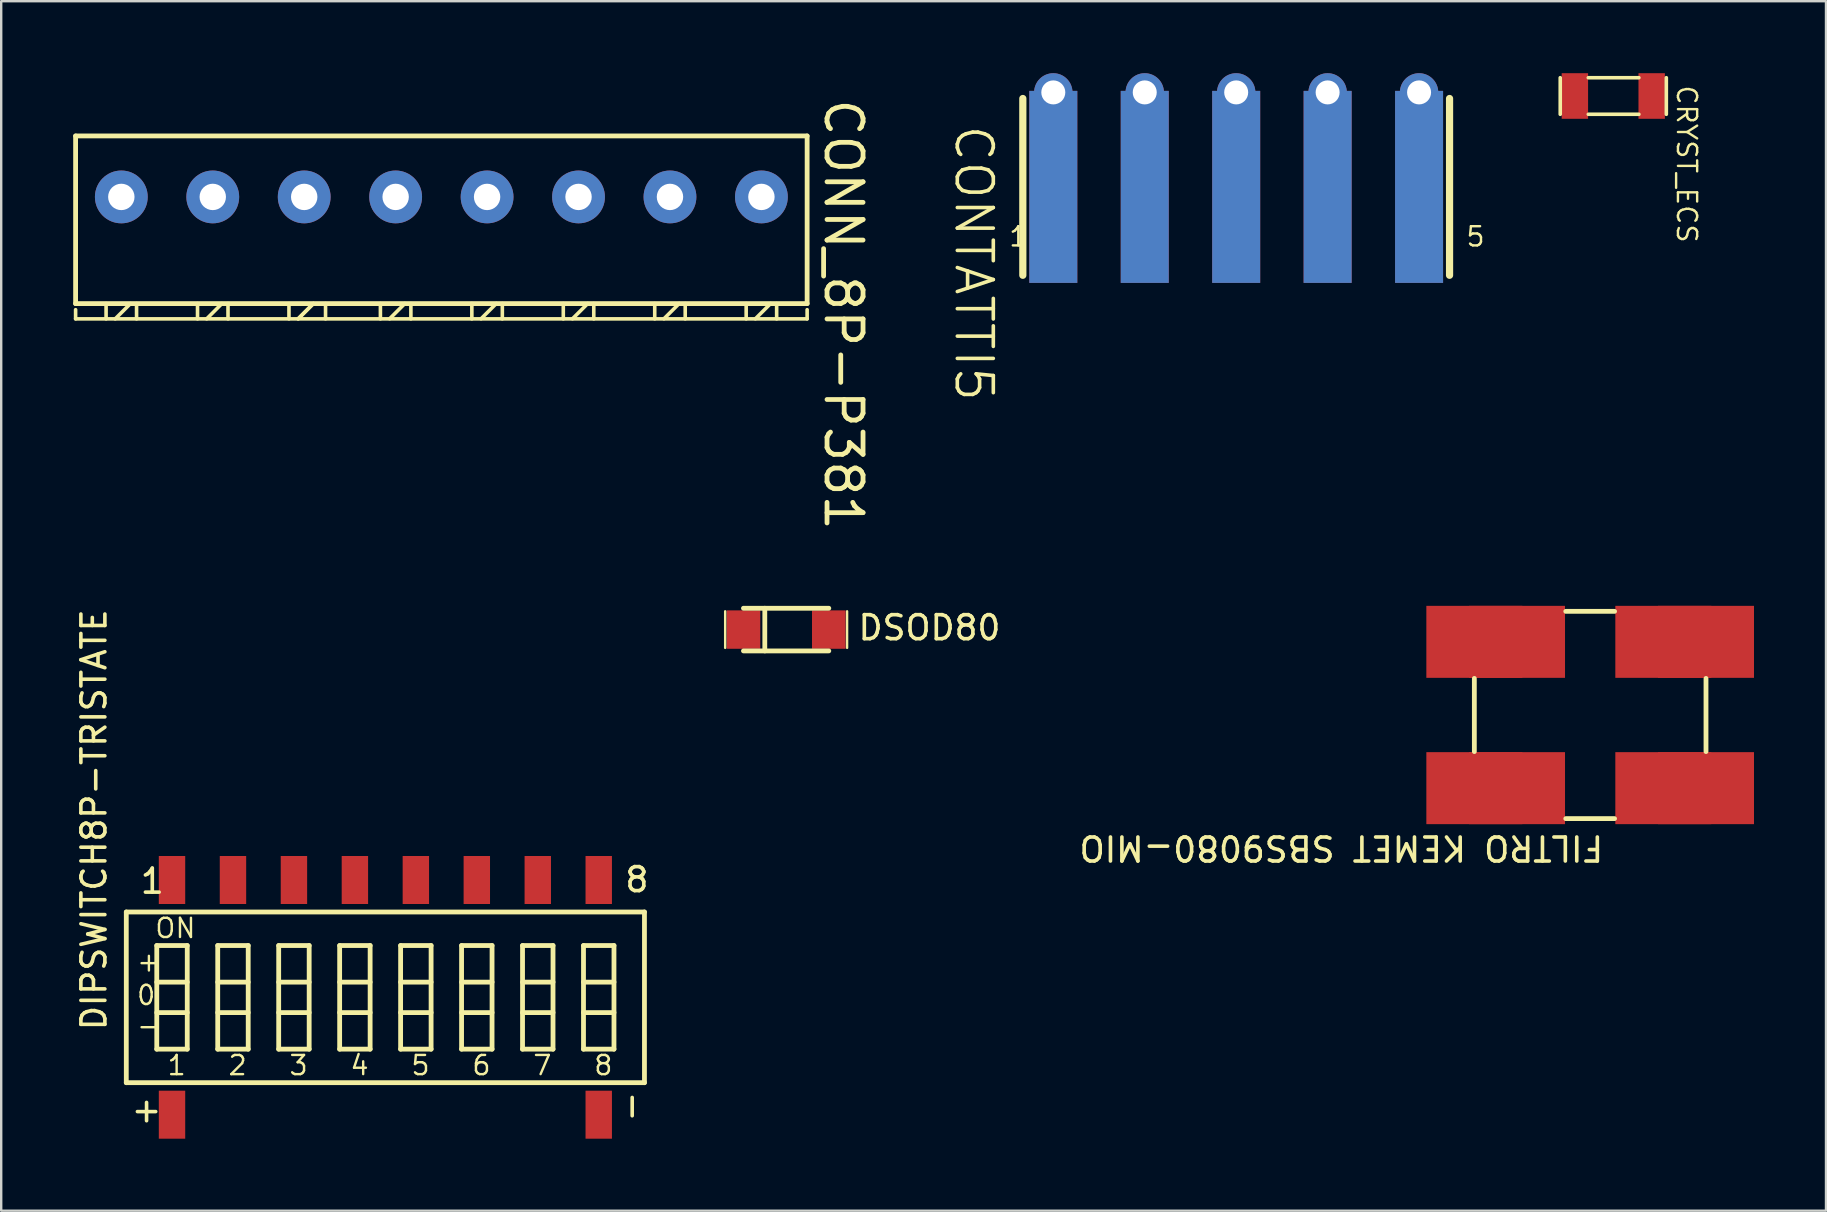
<source format=kicad_pcb>
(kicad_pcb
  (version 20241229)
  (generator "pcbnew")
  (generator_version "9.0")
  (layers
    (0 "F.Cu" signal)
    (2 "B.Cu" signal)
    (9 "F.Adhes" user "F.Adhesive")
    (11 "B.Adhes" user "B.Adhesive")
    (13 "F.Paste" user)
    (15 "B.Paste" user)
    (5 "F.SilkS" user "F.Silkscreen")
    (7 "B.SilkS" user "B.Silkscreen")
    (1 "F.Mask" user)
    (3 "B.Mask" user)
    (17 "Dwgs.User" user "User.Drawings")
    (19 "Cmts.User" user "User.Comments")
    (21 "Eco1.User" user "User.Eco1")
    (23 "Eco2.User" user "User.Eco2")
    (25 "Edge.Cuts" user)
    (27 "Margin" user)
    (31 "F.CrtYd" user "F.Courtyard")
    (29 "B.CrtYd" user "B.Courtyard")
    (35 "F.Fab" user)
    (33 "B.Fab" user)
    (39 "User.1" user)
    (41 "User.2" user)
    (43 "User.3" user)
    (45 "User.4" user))
  (footprint "DIPSWITCH8P-TRISTATE"
    (layer "F.Cu")
    (at 4.117 33.616)
    (property "Reference" "DIPSWITCH8P-TRISTATE" (at -2.667 6.35 90) (unlocked yes) (layer "F.SilkS") (effects (font (size 1 1) (thickness 0.15)) (justify left bottom)))
    (fp_line (start -1.905 8.445) (end -1.905 1.333) (stroke (width 0.2) (type solid)) (layer "F.SilkS"))
    (fp_line (start -0.635 7.048) (end -0.635 2.731) (stroke (width 0.2) (type solid)) (layer "F.SilkS"))
    (fp_line (start 0.635 2.731) (end -0.635 2.731) (stroke (width 0.2) (type solid)) (layer "F.SilkS"))
    (fp_line (start 0.635 4.255) (end -0.635 4.255) (stroke (width 0.2) (type solid)) (layer "F.SilkS"))
    (fp_line (start 0.635 5.524) (end -0.635 5.524) (stroke (width 0.2) (type solid)) (layer "F.SilkS"))
    (fp_line (start 0.635 7.048) (end -0.635 7.048) (stroke (width 0.2) (type solid)) (layer "F.SilkS"))
    (fp_line (start 0.635 7.048) (end 0.635 2.731) (stroke (width 0.2) (type solid)) (layer "F.SilkS"))
    (fp_line (start 1.905 4.255) (end 3.175 4.255) (stroke (width 0.2) (type solid)) (layer "F.SilkS"))
    (fp_line (start 1.905 7.048) (end 1.905 2.731) (stroke (width 0.2) (type solid)) (layer "F.SilkS"))
    (fp_line (start 3.175 2.731) (end 1.905 2.731) (stroke (width 0.2) (type solid)) (layer "F.SilkS"))
    (fp_line (start 3.175 5.524) (end 1.905 5.524) (stroke (width 0.2) (type solid)) (layer "F.SilkS"))
    (fp_line (start 3.175 7.048) (end 1.905 7.048) (stroke (width 0.2) (type solid)) (layer "F.SilkS"))
    (fp_line (start 3.175 7.048) (end 3.175 2.731) (stroke (width 0.2) (type solid)) (layer "F.SilkS"))
    (fp_line (start 4.445 7.048) (end 4.445 2.731) (stroke (width 0.2) (type solid)) (layer "F.SilkS"))
    (fp_line (start 5.715 2.731) (end 4.445 2.731) (stroke (width 0.2) (type solid)) (layer "F.SilkS"))
    (fp_line (start 5.715 4.255) (end 4.445 4.255) (stroke (width 0.2) (type solid)) (layer "F.SilkS"))
    (fp_line (start 5.715 5.524) (end 4.445 5.524) (stroke (width 0.2) (type solid)) (layer "F.SilkS"))
    (fp_line (start 5.715 7.048) (end 4.445 7.048) (stroke (width 0.2) (type solid)) (layer "F.SilkS"))
    (fp_line (start 5.715 7.048) (end 5.715 2.731) (stroke (width 0.2) (type solid)) (layer "F.SilkS"))
    (fp_line (start 6.985 7.048) (end 6.985 2.731) (stroke (width 0.2) (type solid)) (layer "F.SilkS"))
    (fp_line (start 8.255 2.731) (end 6.985 2.731) (stroke (width 0.2) (type solid)) (layer "F.SilkS"))
    (fp_line (start 8.255 4.255) (end 6.985 4.255) (stroke (width 0.2) (type solid)) (layer "F.SilkS"))
    (fp_line (start 8.255 5.524) (end 6.985 5.524) (stroke (width 0.2) (type solid)) (layer "F.SilkS"))
    (fp_line (start 8.255 7.048) (end 6.985 7.048) (stroke (width 0.2) (type solid)) (layer "F.SilkS"))
    (fp_line (start 8.255 7.048) (end 8.255 2.731) (stroke (width 0.2) (type solid)) (layer "F.SilkS"))
    (fp_line (start 9.525 7.048) (end 9.525 2.731) (stroke (width 0.2) (type solid)) (layer "F.SilkS"))
    (fp_line (start 10.795 2.731) (end 9.525 2.731) (stroke (width 0.2) (type solid)) (layer "F.SilkS"))
    (fp_line (start 10.795 4.255) (end 9.525 4.255) (stroke (width 0.2) (type solid)) (layer "F.SilkS"))
    (fp_line (start 10.795 5.524) (end 9.525 5.524) (stroke (width 0.2) (type solid)) (layer "F.SilkS"))
    (fp_line (start 10.795 7.048) (end 9.525 7.048) (stroke (width 0.2) (type solid)) (layer "F.SilkS"))
    (fp_line (start 10.795 7.048) (end 10.795 2.731) (stroke (width 0.2) (type solid)) (layer "F.SilkS"))
    (fp_line (start 12.065 4.255) (end 13.335 4.255) (stroke (width 0.2) (type solid)) (layer "F.SilkS"))
    (fp_line (start 12.065 7.048) (end 12.065 2.731) (stroke (width 0.2) (type solid)) (layer "F.SilkS"))
    (fp_line (start 13.335 2.731) (end 12.065 2.731) (stroke (width 0.2) (type solid)) (layer "F.SilkS"))
    (fp_line (start 13.335 5.524) (end 12.065 5.524) (stroke (width 0.2) (type solid)) (layer "F.SilkS"))
    (fp_line (start 13.335 7.048) (end 12.065 7.048) (stroke (width 0.2) (type solid)) (layer "F.SilkS"))
    (fp_line (start 13.335 7.048) (end 13.335 2.731) (stroke (width 0.2) (type solid)) (layer "F.SilkS"))
    (fp_line (start 14.605 4.255) (end 15.875 4.255) (stroke (width 0.2) (type solid)) (layer "F.SilkS"))
    (fp_line (start 14.605 7.048) (end 14.605 2.731) (stroke (width 0.2) (type solid)) (layer "F.SilkS"))
    (fp_line (start 15.875 2.731) (end 14.605 2.731) (stroke (width 0.2) (type solid)) (layer "F.SilkS"))
    (fp_line (start 15.875 5.524) (end 14.605 5.524) (stroke (width 0.2) (type solid)) (layer "F.SilkS"))
    (fp_line (start 15.875 7.048) (end 14.605 7.048) (stroke (width 0.2) (type solid)) (layer "F.SilkS"))
    (fp_line (start 15.875 7.048) (end 15.875 2.731) (stroke (width 0.2) (type solid)) (layer "F.SilkS"))
    (fp_line (start 17.145 7.048) (end 17.145 2.731) (stroke (width 0.2) (type solid)) (layer "F.SilkS"))
    (fp_line (start 18.415 2.731) (end 17.145 2.731) (stroke (width 0.2) (type solid)) (layer "F.SilkS"))
    (fp_line (start 18.415 4.255) (end 17.145 4.255) (stroke (width 0.2) (type solid)) (layer "F.SilkS"))
    (fp_line (start 18.415 5.524) (end 17.145 5.524) (stroke (width 0.2) (type solid)) (layer "F.SilkS"))
    (fp_line (start 18.415 7.048) (end 17.145 7.048) (stroke (width 0.2) (type solid)) (layer "F.SilkS"))
    (fp_line (start 18.415 7.048) (end 18.415 2.731) (stroke (width 0.2) (type solid)) (layer "F.SilkS"))
    (fp_line (start 19.685 1.333) (end -1.905 1.333) (stroke (width 0.2) (type solid)) (layer "F.SilkS"))
    (fp_line (start 19.685 8.445) (end -1.905 8.445) (stroke (width 0.2) (type solid)) (layer "F.SilkS"))
    (fp_line (start 19.685 8.445) (end 19.685 1.333) (stroke (width 0.2) (type solid)) (layer "F.SilkS"))
    (fp_text user "-" (at 19.685 10.16 90) (unlocked yes) (layer "F.SilkS") (effects (font (size 1 1) (thickness 0.15)) (justify left bottom)))
    (fp_text user "2" (at 2.286 8.191 0) (unlocked yes) (layer "F.SilkS") (effects (font (size 0.8 0.8) (thickness 0.1)) (justify left bottom)))
    (fp_text user "1" (at -1.397 0.635 0) (unlocked yes) (layer "F.SilkS") (effects (font (size 1 1) (thickness 0.15)) (justify left bottom)))
    (fp_text user "ON" (at -0.762 2.477 0) (unlocked yes) (layer "F.SilkS") (effects (font (size 0.8 0.8) (thickness 0.1)) (justify left bottom)))
    (fp_text user "5" (at 9.906 8.191 0) (unlocked yes) (layer "F.SilkS") (effects (font (size 0.8 0.8) (thickness 0.1)) (justify left bottom)))
    (fp_text user "3" (at 4.826 8.191 0) (unlocked yes) (layer "F.SilkS") (effects (font (size 0.8 0.8) (thickness 0.1)) (justify left bottom)))
    (fp_text user "4" (at 7.366 8.191 0) (unlocked yes) (layer "F.SilkS") (effects (font (size 0.8 0.8) (thickness 0.1)) (justify left bottom)))
    (fp_text user "1" (at -0.254 8.191 0) (unlocked yes) (layer "F.SilkS") (effects (font (size 0.8 0.8) (thickness 0.1)) (justify left bottom)))
    (fp_text user "+" (at -1.778 10.16 0) (unlocked yes) (layer "F.SilkS") (effects (font (size 1 1) (thickness 0.15)) (justify left bottom)))
    (fp_text user "0" (at -1.524 5.271 0) (unlocked yes) (layer "F.SilkS") (effects (font (size 0.8 0.8) (thickness 0.1)) (justify left bottom)))
    (fp_text user "8" (at 17.526 8.191 0) (unlocked yes) (layer "F.SilkS") (effects (font (size 0.8 0.8) (thickness 0.1)) (justify left bottom)))
    (fp_text user "-" (at -1.524 6.54 0) (unlocked yes) (layer "F.SilkS") (effects (font (size 0.8 0.8) (thickness 0.1)) (justify left bottom)))
    (fp_text user "6" (at 12.446 8.191 0) (unlocked yes) (layer "F.SilkS") (effects (font (size 0.8 0.8) (thickness 0.1)) (justify left bottom)))
    (fp_text user "8" (at 18.796 0.572 0) (unlocked yes) (layer "F.SilkS") (effects (font (size 1 1) (thickness 0.15)) (justify left bottom)))
    (fp_text user "7" (at 14.986 8.191 0) (unlocked yes) (layer "F.SilkS") (effects (font (size 0.8 0.8) (thickness 0.1)) (justify left bottom)))
    (fp_text user "+" (at -1.524 3.873 0) (unlocked yes) (layer "F.SilkS") (effects (font (size 0.8 0.8) (thickness 0.1)) (justify left bottom)))
    (pad "+" smd rect (at 0 9.779) (size 1.1 2) (layers "F.Cu" "F.Mask" "F.Paste"))
    (pad "-" smd rect (at 17.78 9.779) (size 1.1 2) (layers "F.Cu" "F.Mask" "F.Paste"))
    (pad "1" smd rect (at 0 0) (size 1.1 2) (layers "F.Cu" "F.Mask" "F.Paste"))
    (pad "2" smd rect (at 2.54 0) (size 1.1 2) (layers "F.Cu" "F.Mask" "F.Paste"))
    (pad "3" smd rect (at 5.08 0) (size 1.1 2) (layers "F.Cu" "F.Mask" "F.Paste"))
    (pad "4" smd rect (at 7.62 0) (size 1.1 2) (layers "F.Cu" "F.Mask" "F.Paste"))
    (pad "5" smd rect (at 10.16 0) (size 1.1 2) (layers "F.Cu" "F.Mask" "F.Paste"))
    (pad "6" smd rect (at 12.7 0) (size 1.1 2) (layers "F.Cu" "F.Mask" "F.Paste"))
    (pad "7" smd rect (at 15.24 0) (size 1.1 2) (layers "F.Cu" "F.Mask" "F.Paste"))
    (pad "8" smd rect (at 17.78 0) (size 1.1 2) (layers "F.Cu" "F.Mask" "F.Paste")))
  (footprint "CONN_8P-P381"
    (layer "F.Cu")
    (at 2.005 5.155)
    (property "Reference" "CONN_8P-P381" (at 29.21 -4.191 270) (unlocked yes) (layer "F.SilkS") (effects (font (size 1.5 1.5) (thickness 0.2)) (justify left bottom)))
    (fp_line (start -1.905 -2.54) (end 28.575 -2.54) (stroke (width 0.2) (type solid)) (layer "F.SilkS"))
    (fp_line (start -1.905 4.445) (end -1.905 -2.54) (stroke (width 0.2) (type solid)) (layer "F.SilkS"))
    (fp_line (start -1.905 4.445) (end 28.575 4.445) (stroke (width 0.2) (type solid)) (layer "F.SilkS"))
    (fp_line (start -1.905 5.08) (end -1.905 4.699) (stroke (width 0.15) (type solid)) (layer "F.SilkS"))
    (fp_line (start -1.905 5.08) (end 28.575 5.08) (stroke (width 0.15) (type solid)) (layer "F.SilkS"))
    (fp_line (start -0.635 5.08) (end -0.635 4.445) (stroke (width 0.15) (type solid)) (layer "F.SilkS"))
    (fp_line (start -0.254 5.08) (end 0.381 4.445) (stroke (width 0.15) (type solid)) (layer "F.SilkS"))
    (fp_line (start 0.635 5.08) (end 0.635 4.445) (stroke (width 0.15) (type solid)) (layer "F.SilkS"))
    (fp_line (start 3.175 5.08) (end 3.175 4.445) (stroke (width 0.15) (type solid)) (layer "F.SilkS"))
    (fp_line (start 3.556 5.08) (end 4.191 4.445) (stroke (width 0.15) (type solid)) (layer "F.SilkS"))
    (fp_line (start 4.445 5.08) (end 4.445 4.445) (stroke (width 0.15) (type solid)) (layer "F.SilkS"))
    (fp_line (start 6.985 5.08) (end 6.985 4.445) (stroke (width 0.15) (type solid)) (layer "F.SilkS"))
    (fp_line (start 7.366 5.08) (end 8.001 4.445) (stroke (width 0.15) (type solid)) (layer "F.SilkS"))
    (fp_line (start 7.369 5.077) (end 8.004 4.442) (stroke (width 0.15) (type solid)) (layer "F.SilkS"))
    (fp_line (start 8.509 5.08) (end 8.509 4.445) (stroke (width 0.15) (type solid)) (layer "F.SilkS"))
    (fp_line (start 10.795 5.08) (end 10.795 4.445) (stroke (width 0.15) (type solid)) (layer "F.SilkS"))
    (fp_line (start 11.179 5.077) (end 11.814 4.442) (stroke (width 0.15) (type solid)) (layer "F.SilkS"))
    (fp_line (start 12.065 5.08) (end 12.065 4.445) (stroke (width 0.15) (type solid)) (layer "F.SilkS"))
    (fp_line (start 14.605 5.08) (end 14.605 4.445) (stroke (width 0.15) (type solid)) (layer "F.SilkS"))
    (fp_line (start 14.989 5.077) (end 15.624 4.442) (stroke (width 0.15) (type solid)) (layer "F.SilkS"))
    (fp_line (start 15.875 5.08) (end 15.875 4.445) (stroke (width 0.15) (type solid)) (layer "F.SilkS"))
    (fp_line (start 18.415 5.08) (end 18.415 4.445) (stroke (width 0.15) (type solid)) (layer "F.SilkS"))
    (fp_line (start 18.799 5.077) (end 19.434 4.442) (stroke (width 0.15) (type solid)) (layer "F.SilkS"))
    (fp_line (start 19.685 5.08) (end 19.685 4.445) (stroke (width 0.15) (type solid)) (layer "F.SilkS"))
    (fp_line (start 22.225 5.08) (end 22.225 4.445) (stroke (width 0.15) (type solid)) (layer "F.SilkS"))
    (fp_line (start 22.609 5.077) (end 23.244 4.442) (stroke (width 0.15) (type solid)) (layer "F.SilkS"))
    (fp_line (start 23.495 5.08) (end 23.495 4.445) (stroke (width 0.15) (type solid)) (layer "F.SilkS"))
    (fp_line (start 26.035 5.08) (end 26.035 4.445) (stroke (width 0.15) (type solid)) (layer "F.SilkS"))
    (fp_line (start 26.419 5.077) (end 27.054 4.442) (stroke (width 0.15) (type solid)) (layer "F.SilkS"))
    (fp_line (start 27.305 5.08) (end 27.305 4.445) (stroke (width 0.15) (type solid)) (layer "F.SilkS"))
    (fp_line (start 28.575 4.445) (end 28.575 -2.54) (stroke (width 0.2) (type solid)) (layer "F.SilkS"))
    (fp_line (start 28.575 5.08) (end 28.575 4.699) (stroke (width 0.15) (type solid)) (layer "F.SilkS"))
    (fp_line (start -1.905 -5.08) (end 28.575 -5.08) (stroke (width 0.15) (type solid)) (layer "User.2"))
    (fp_line (start -1.905 -3.175) (end -1.905 -5.08) (stroke (width 0.15) (type solid)) (layer "User.2"))
    (fp_line (start 28.575 -3.175) (end 28.575 -5.08) (stroke (width 0.15) (type solid)) (layer "User.2"))
    (fp_rect (start -0.635 -2.54) (end 0.635 -4.445) (stroke (width 0.1) (type default)) (fill no) (layer "User.2"))
    (fp_rect (start 3.175 -2.54) (end 4.445 -4.445) (stroke (width 0.1) (type default)) (fill no) (layer "User.2"))
    (fp_rect (start 6.985 -2.54) (end 8.255 -4.445) (stroke (width 0.1) (type default)) (fill no) (layer "User.2"))
    (fp_rect (start 10.795 -2.54) (end 12.065 -4.445) (stroke (width 0.1) (type default)) (fill no) (layer "User.2"))
    (fp_rect (start 14.605 -2.54) (end 15.875 -4.445) (stroke (width 0.1) (type default)) (fill no) (layer "User.2"))
    (fp_rect (start 18.415 -2.54) (end 19.685 -4.445) (stroke (width 0.1) (type default)) (fill no) (layer "User.2"))
    (fp_rect (start 22.225 -2.54) (end 23.495 -4.445) (stroke (width 0.1) (type default)) (fill no) (layer "User.2"))
    (fp_rect (start 26.035 -2.54) (end 27.305 -4.445) (stroke (width 0.1) (type default)) (fill no) (layer "User.2"))
    (pad "1" thru_hole circle (at 0 0) (size 2.2 2.2) (drill 1.1) (layers "*.Cu" "*.Mask"))
    (pad "2" thru_hole circle (at 3.81 0) (size 2.2 2.2) (drill 1.1) (layers "*.Cu" "*.Mask"))
    (pad "3" thru_hole circle (at 7.62 0) (size 2.2 2.2) (drill 1.1) (layers "*.Cu" "*.Mask"))
    (pad "4" thru_hole circle (at 11.43 0) (size 2.2 2.2) (drill 1.1) (layers "*.Cu" "*.Mask"))
    (pad "5" thru_hole circle (at 15.24 0) (size 2.2 2.2) (drill 1.1) (layers "*.Cu" "*.Mask"))
    (pad "6" thru_hole circle (at 19.05 0) (size 2.2 2.2) (drill 1.1) (layers "*.Cu" "*.Mask"))
    (pad "7" thru_hole circle (at 22.86 0) (size 2.2 2.2) (drill 1.1) (layers "*.Cu" "*.Mask"))
    (pad "8" thru_hole circle (at 26.67 0) (size 2.2 2.2) (drill 1.1) (layers "*.Cu" "*.Mask")))
  (footprint "DSOD80"
    (layer "F.Cu")
    (at 27.927 23.182)
    (property "Reference" "DSOD80" (at 4.699 0.508 0) (unlocked yes) (layer "F.SilkS") (effects (font (size 1 1) (thickness 0.15)) (justify left bottom)))
    (fp_line (start -0.762 -0.762) (end -0.762 0.762) (stroke (width 0.1) (type solid)) (layer "F.SilkS"))
    (fp_line (start 0 -0.889) (end 3.556 -0.889) (stroke (width 0.2) (type solid)) (layer "F.SilkS"))
    (fp_line (start 0 0.889) (end 3.556 0.889) (stroke (width 0.2) (type solid)) (layer "F.SilkS"))
    (fp_line (start 0.889 -0.889) (end 0.889 0.889) (stroke (width 0.2) (type solid)) (layer "F.SilkS"))
    (fp_line (start 4.318 -0.762) (end 4.318 0.762) (stroke (width 0.1) (type solid)) (layer "F.SilkS"))
    (pad "1" smd rect (at 0 0) (size 1.4 1.6) (layers "F.Cu" "F.Mask" "F.Paste"))
    (pad "2" smd rect (at 3.556 0) (size 1.4 1.6) (layers "F.Cu" "F.Mask" "F.Paste")))
  (footprint "CONTATTI5"
    (layer "F.Cu")
    (at 40.837 4.737)
    (property "Reference" "CONTATTI5" (at -4.191 -2.667 270) (unlocked yes) (layer "F.SilkS") (effects (font (size 1.5 1.5) (thickness 0.15)) (justify left bottom)))
    (fp_line (start -1.27 -3.683) (end -1.27 3.683) (stroke (width 0.3) (type solid)) (layer "F.SilkS"))
    (fp_line (start 16.51 -3.683) (end 16.51 3.683) (stroke (width 0.3) (type solid)) (layer "F.SilkS"))
    (fp_text user "5" (at 17.145 2.54 0) (unlocked yes) (layer "F.SilkS") (effects (font (size 0.8 0.8) (thickness 0.1)) (justify left bottom)))
    (fp_text user "1" (at -1.905 2.54 0) (unlocked yes) (layer "F.SilkS") (effects (font (size 0.8 0.8) (thickness 0.1)) (justify left bottom)))
    (pad "1" thru_hole circle (at 0 -3.937 90) (size 1.6 1.6) (drill 1) (layers "*.Cu" "*.Mask"))
    (pad "1" smd rect (at 0 0) (size 2 8) (layers "F.Cu" "F.Mask" "F.Paste"))
    (pad "1" smd rect (at 0 0) (size 2 8) (layers "B.Cu" "B.Mask" "B.Paste"))
    (pad "2" thru_hole circle (at 3.81 -3.937 90) (size 1.6 1.6) (drill 1) (layers "*.Cu" "*.Mask"))
    (pad "2" smd rect (at 3.81 0) (size 2 8) (layers "F.Cu" "F.Mask" "F.Paste"))
    (pad "2" smd rect (at 3.81 0) (size 2 8) (layers "B.Cu" "B.Mask" "B.Paste"))
    (pad "3" thru_hole circle (at 7.62 -3.937 90) (size 1.6 1.6) (drill 1) (layers "*.Cu" "*.Mask"))
    (pad "3" smd rect (at 7.62 0) (size 2 8) (layers "F.Cu" "F.Mask" "F.Paste"))
    (pad "3" smd rect (at 7.62 0) (size 2 8) (layers "B.Cu" "B.Mask" "B.Paste"))
    (pad "4" smd rect (at 11.43 0) (size 2 8) (layers "F.Cu" "F.Mask" "F.Paste"))
    (pad "4" smd rect (at 11.43 0) (size 2 8) (layers "B.Cu" "B.Mask" "B.Paste"))
    (pad "4" thru_hole circle (at 11.43 -3.937 90) (size 1.6 1.6) (drill 1) (layers "*.Cu" "*.Mask"))
    (pad "5" thru_hole circle (at 15.24 -3.937 90) (size 1.6 1.6) (drill 1) (layers "*.Cu" "*.Mask"))
    (pad "5" smd rect (at 15.24 0) (size 2 8) (layers "F.Cu" "F.Mask" "F.Paste"))
    (pad "5" smd rect (at 15.24 0) (size 2 8) (layers "B.Cu" "B.Mask" "B.Paste")))
  (footprint "FILTRO KEMET SBS9080-MIO"
    (layer "F.Cu")
    (at 60.158 23.693)
    (property "Reference" "FILTRO KEMET SBS9080-MIO" (at 3.683 8.001 180) (unlocked yes) (layer "F.SilkS") (effects (font (size 1 1) (thickness 0.15)) (justify left bottom)))
    (fp_line (start -1.778 4.572) (end -1.778 1.524) (stroke (width 0.2) (type solid)) (layer "F.SilkS"))
    (fp_line (start 4.064 -1.27) (end 2.032 -1.27) (stroke (width 0.2) (type solid)) (layer "F.SilkS"))
    (fp_line (start 4.064 7.366) (end 2.032 7.366) (stroke (width 0.2) (type solid)) (layer "F.SilkS"))
    (fp_line (start 7.874 4.572) (end 7.874 1.524) (stroke (width 0.2) (type solid)) (layer "F.SilkS"))
    (pad "1" smd rect (at -1.778 0) (size 4 3) (layers "F.Cu" "F.Mask" "F.Paste"))
    (pad "1" smd rect (at 0 0) (size 4 3) (layers "F.Cu" "F.Mask" "F.Paste"))
    (pad "2" smd rect (at 6.096 0) (size 4 3) (layers "F.Cu" "F.Mask" "F.Paste"))
    (pad "2" smd rect (at 7.874 0) (size 4 3) (layers "F.Cu" "F.Mask" "F.Paste"))
    (pad "3" smd rect (at -1.778 6.096) (size 4 3) (layers "F.Cu" "F.Mask" "F.Paste"))
    (pad "3" smd rect (at 0 6.096) (size 4 3) (layers "F.Cu" "F.Mask" "F.Paste"))
    (pad "4" smd rect (at 6.096 6.096) (size 4 3) (layers "F.Cu" "F.Mask" "F.Paste"))
    (pad "4" smd rect (at 7.874 6.096) (size 4 3) (layers "F.Cu" "F.Mask" "F.Paste")))
  (footprint "CRYST_ECS"
    (layer "F.Cu")
    (at 62.569 0.95)
    (property "Reference" "CRYST_ECS" (at 4.191 -0.508 270) (unlocked yes) (layer "F.SilkS") (effects (font (size 0.8 0.8) (thickness 0.1)) (justify left bottom)))
    (fp_line (start -0.61 -0.762) (end -0.61 0.762) (stroke (width 0.15) (type solid)) (layer "F.SilkS"))
    (fp_line (start 2.667 -0.762) (end 0.559 -0.762) (stroke (width 0.15) (type solid)) (layer "F.SilkS"))
    (fp_line (start 2.667 0.762) (end 0.559 0.762) (stroke (width 0.15) (type solid)) (layer "F.SilkS"))
    (fp_line (start 3.81 -0.762) (end 3.81 0.762) (stroke (width 0.15) (type solid)) (layer "F.SilkS"))
    (pad "1" smd rect (at 0 0) (size 1.1 1.9) (layers "F.Cu" "F.Mask" "F.Paste"))
    (pad "2" smd rect (at 3.2 0) (size 1.1 1.9) (layers "F.Cu" "F.Mask" "F.Paste")))
  (gr_rect
    (start -3 -3)
    (end 73.032 47.395)
    (stroke (width 0.1) (type default))
    (fill no)
    (layer "Edge.Cuts")))
</source>
